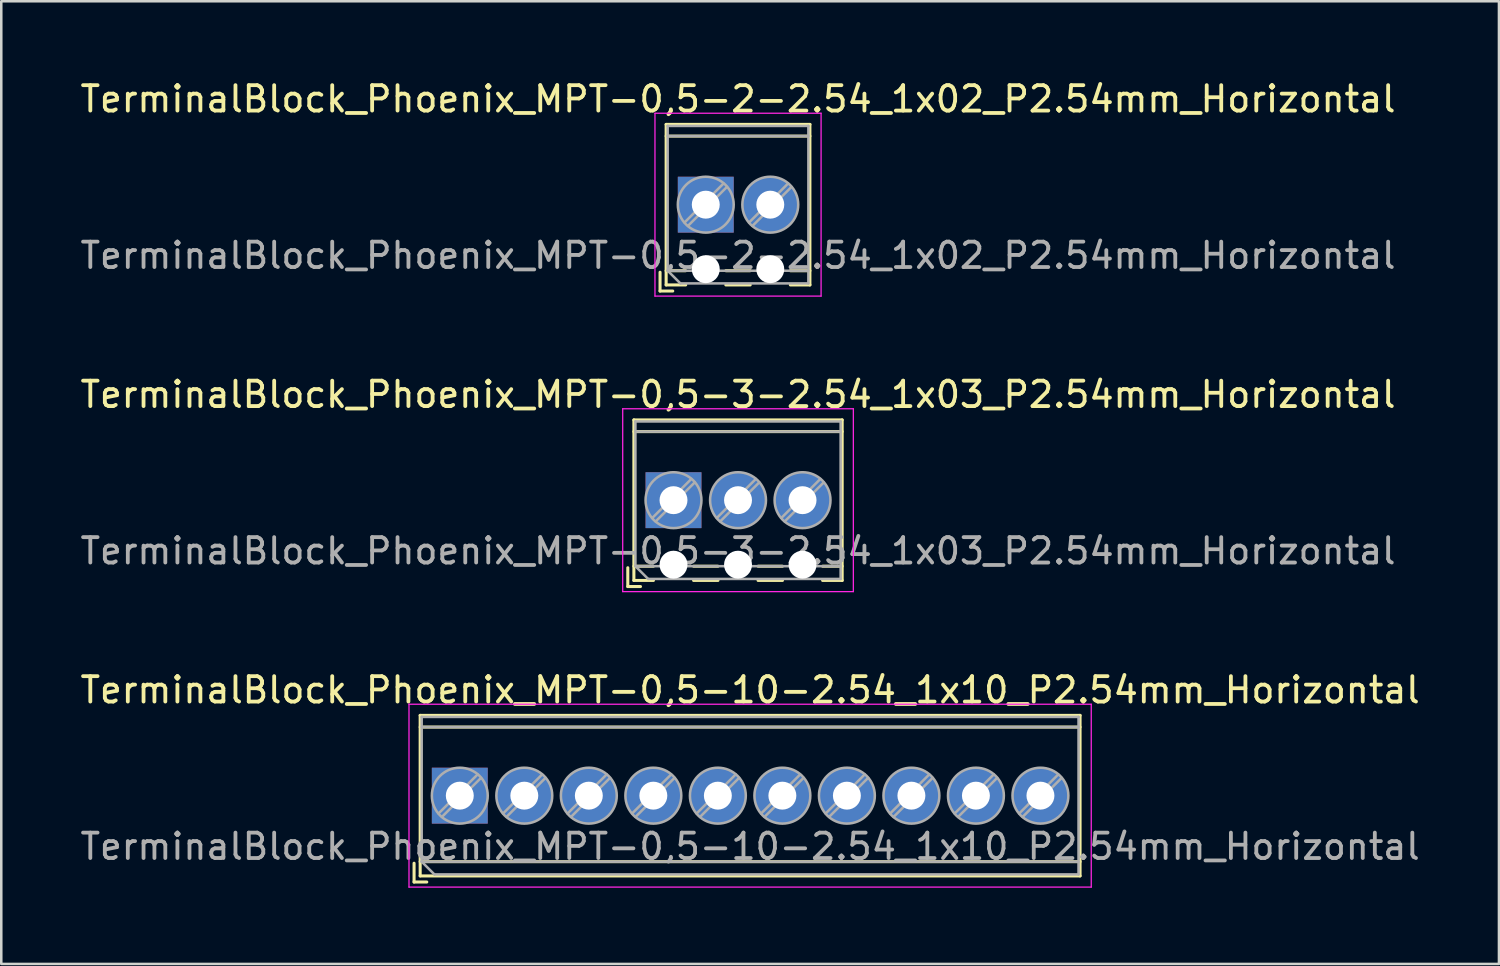
<source format=kicad_pcb>
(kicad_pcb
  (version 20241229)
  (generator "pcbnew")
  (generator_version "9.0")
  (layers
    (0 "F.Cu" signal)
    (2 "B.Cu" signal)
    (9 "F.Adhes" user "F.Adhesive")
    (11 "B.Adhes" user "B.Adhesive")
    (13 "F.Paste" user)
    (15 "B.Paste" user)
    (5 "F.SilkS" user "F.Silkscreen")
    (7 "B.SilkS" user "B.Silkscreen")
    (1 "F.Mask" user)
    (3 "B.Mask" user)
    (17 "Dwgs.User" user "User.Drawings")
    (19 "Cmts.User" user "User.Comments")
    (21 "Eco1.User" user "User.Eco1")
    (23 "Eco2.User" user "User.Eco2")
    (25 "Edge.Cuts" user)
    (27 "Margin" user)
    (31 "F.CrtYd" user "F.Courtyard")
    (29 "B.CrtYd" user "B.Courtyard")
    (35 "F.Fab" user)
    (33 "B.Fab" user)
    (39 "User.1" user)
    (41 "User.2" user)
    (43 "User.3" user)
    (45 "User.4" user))
  (footprint "TerminalBlock_Phoenix_MPT-0,5-2-2.54_1x02_P2.54mm_Horizontal"
    (layer "F.Cu")
    (at 24.736 5.008)
    (property "Reference" "TerminalBlock_Phoenix_MPT-0,5-2-2.54_1x02_P2.54mm_Horizontal" (at 1.27 -4.16 0) (layer "F.SilkS") (effects (font (size 1 1) (thickness 0.15))))
    (attr through_hole)
    (fp_line (start -1.8 2.66) (end -1.8 3.4) (stroke (width 0.12) (type solid)) (layer "F.SilkS"))
    (fp_line (start -1.8 3.4) (end -1.3 3.4) (stroke (width 0.12) (type solid)) (layer "F.SilkS"))
    (fp_line (start -1.56 -3.16) (end -1.56 3.16) (stroke (width 0.12) (type solid)) (layer "F.SilkS"))
    (fp_line (start -1.56 -3.16) (end 4.1 -3.16) (stroke (width 0.12) (type solid)) (layer "F.SilkS"))
    (fp_line (start -1.56 -2.7) (end 4.1 -2.7) (stroke (width 0.12) (type solid)) (layer "F.SilkS"))
    (fp_line (start -1.56 2.6) (end -0.79 2.6) (stroke (width 0.12) (type solid)) (layer "F.SilkS"))
    (fp_line (start -1.56 3.16) (end -0.79 3.16) (stroke (width 0.12) (type solid)) (layer "F.SilkS"))
    (fp_line (start 0.79 2.6) (end 1.75 2.6) (stroke (width 0.12) (type solid)) (layer "F.SilkS"))
    (fp_line (start 0.79 3.16) (end 1.75 3.16) (stroke (width 0.12) (type solid)) (layer "F.SilkS"))
    (fp_line (start 3.33 2.6) (end 4.1 2.6) (stroke (width 0.12) (type solid)) (layer "F.SilkS"))
    (fp_line (start 3.33 3.16) (end 4.1 3.16) (stroke (width 0.12) (type solid)) (layer "F.SilkS"))
    (fp_line (start 4.1 -3.16) (end 4.1 3.16) (stroke (width 0.12) (type solid)) (layer "F.SilkS"))
    (fp_line (start -2 -3.6) (end -2 3.6) (stroke (width 0.05) (type solid)) (layer "F.CrtYd"))
    (fp_line (start -2 3.6) (end 4.54 3.6) (stroke (width 0.05) (type solid)) (layer "F.CrtYd"))
    (fp_line (start 4.54 -3.6) (end -2 -3.6) (stroke (width 0.05) (type solid)) (layer "F.CrtYd"))
    (fp_line (start 4.54 3.6) (end 4.54 -3.6) (stroke (width 0.05) (type solid)) (layer "F.CrtYd"))
    (fp_line (start -1.5 -3.1) (end 4.04 -3.1) (stroke (width 0.1) (type solid)) (layer "F.Fab"))
    (fp_line (start -1.5 -2.7) (end 4.04 -2.7) (stroke (width 0.1) (type solid)) (layer "F.Fab"))
    (fp_line (start -1.5 2.6) (end -1.5 -3.1) (stroke (width 0.1) (type solid)) (layer "F.Fab"))
    (fp_line (start -1.5 2.6) (end 4.04 2.6) (stroke (width 0.1) (type solid)) (layer "F.Fab"))
    (fp_line (start -1 3.1) (end -1.5 2.6) (stroke (width 0.1) (type solid)) (layer "F.Fab"))
    (fp_line (start 0.701 -0.835) (end -0.835 0.7) (stroke (width 0.1) (type solid)) (layer "F.Fab"))
    (fp_line (start 0.835 -0.7) (end -0.701 0.835) (stroke (width 0.1) (type solid)) (layer "F.Fab"))
    (fp_line (start 3.241 -0.835) (end 1.706 0.7) (stroke (width 0.1) (type solid)) (layer "F.Fab"))
    (fp_line (start 3.375 -0.7) (end 1.84 0.835) (stroke (width 0.1) (type solid)) (layer "F.Fab"))
    (fp_line (start 4.04 -3.1) (end 4.04 3.1) (stroke (width 0.1) (type solid)) (layer "F.Fab"))
    (fp_line (start 4.04 3.1) (end -1 3.1) (stroke (width 0.1) (type solid)) (layer "F.Fab"))
    (fp_circle (center 0 0) (end 1.1 0) (stroke (width 0.1) (type solid)) (fill no) (layer "F.Fab"))
    (fp_circle (center 2.54 0) (end 3.64 0) (stroke (width 0.1) (type solid)) (fill no) (layer "F.Fab"))
    (fp_text user "${REFERENCE}" (at 1.27 2 0) (layer "F.Fab") (effects (font (size 1 1) (thickness 0.15))))
    (pad "" np_thru_hole circle (at 0 2.54) (size 1.1 1.1) (drill 1.1) (layers "*.Cu" "*.Mask"))
    (pad "" np_thru_hole circle (at 2.54 2.54) (size 1.1 1.1) (drill 1.1) (layers "*.Cu" "*.Mask"))
    (pad "1" thru_hole rect (at 0 0) (size 2.2 2.2) (drill 1.1) (layers "*.Cu" "*.Mask"))
    (pad "2" thru_hole circle (at 2.54 0) (size 2.2 2.2) (drill 1.1) (layers "*.Cu" "*.Mask")))
  (footprint "TerminalBlock_Phoenix_MPT-0,5-10-2.54_1x10_P2.54mm_Horizontal"
    (layer "F.Cu")
    (at 15.052 28.275)
    (property "Reference" "TerminalBlock_Phoenix_MPT-0,5-10-2.54_1x10_P2.54mm_Horizontal" (at 11.43 -4.16 0) (layer "F.SilkS") (effects (font (size 1 1) (thickness 0.15))))
    (attr through_hole)
    (fp_line (start -1.8 2.66) (end -1.8 3.4) (stroke (width 0.12) (type solid)) (layer "F.SilkS"))
    (fp_line (start -1.8 3.4) (end -1.3 3.4) (stroke (width 0.12) (type solid)) (layer "F.SilkS"))
    (fp_line (start -1.56 -3.16) (end -1.56 3.16) (stroke (width 0.12) (type solid)) (layer "F.SilkS"))
    (fp_line (start -1.56 -3.16) (end 24.42 -3.16) (stroke (width 0.12) (type solid)) (layer "F.SilkS"))
    (fp_line (start -1.56 -2.7) (end 24.42 -2.7) (stroke (width 0.12) (type solid)) (layer "F.SilkS"))
    (fp_line (start -1.56 2.6) (end 24.42 2.6) (stroke (width 0.12) (type solid)) (layer "F.SilkS"))
    (fp_line (start -1.56 3.16) (end 24.42 3.16) (stroke (width 0.12) (type solid)) (layer "F.SilkS"))
    (fp_line (start 24.42 -3.16) (end 24.42 3.16) (stroke (width 0.12) (type solid)) (layer "F.SilkS"))
    (fp_line (start -2 -3.6) (end -2 3.6) (stroke (width 0.05) (type solid)) (layer "F.CrtYd"))
    (fp_line (start -2 3.6) (end 24.86 3.6) (stroke (width 0.05) (type solid)) (layer "F.CrtYd"))
    (fp_line (start 24.86 -3.6) (end -2 -3.6) (stroke (width 0.05) (type solid)) (layer "F.CrtYd"))
    (fp_line (start 24.86 3.6) (end 24.86 -3.6) (stroke (width 0.05) (type solid)) (layer "F.CrtYd"))
    (fp_line (start -1.5 -3.1) (end 24.36 -3.1) (stroke (width 0.1) (type solid)) (layer "F.Fab"))
    (fp_line (start -1.5 -2.7) (end 24.36 -2.7) (stroke (width 0.1) (type solid)) (layer "F.Fab"))
    (fp_line (start -1.5 2.6) (end -1.5 -3.1) (stroke (width 0.1) (type solid)) (layer "F.Fab"))
    (fp_line (start -1.5 2.6) (end 24.36 2.6) (stroke (width 0.1) (type solid)) (layer "F.Fab"))
    (fp_line (start -1 3.1) (end -1.5 2.6) (stroke (width 0.1) (type solid)) (layer "F.Fab"))
    (fp_line (start 0.701 -0.835) (end -0.835 0.7) (stroke (width 0.1) (type solid)) (layer "F.Fab"))
    (fp_line (start 0.835 -0.7) (end -0.701 0.835) (stroke (width 0.1) (type solid)) (layer "F.Fab"))
    (fp_line (start 3.241 -0.835) (end 1.706 0.7) (stroke (width 0.1) (type solid)) (layer "F.Fab"))
    (fp_line (start 3.375 -0.7) (end 1.84 0.835) (stroke (width 0.1) (type solid)) (layer "F.Fab"))
    (fp_line (start 5.781 -0.835) (end 4.246 0.7) (stroke (width 0.1) (type solid)) (layer "F.Fab"))
    (fp_line (start 5.915 -0.7) (end 4.38 0.835) (stroke (width 0.1) (type solid)) (layer "F.Fab"))
    (fp_line (start 8.321 -0.835) (end 6.786 0.7) (stroke (width 0.1) (type solid)) (layer "F.Fab"))
    (fp_line (start 8.455 -0.7) (end 6.92 0.835) (stroke (width 0.1) (type solid)) (layer "F.Fab"))
    (fp_line (start 10.861 -0.835) (end 9.326 0.7) (stroke (width 0.1) (type solid)) (layer "F.Fab"))
    (fp_line (start 10.995 -0.7) (end 9.46 0.835) (stroke (width 0.1) (type solid)) (layer "F.Fab"))
    (fp_line (start 13.401 -0.835) (end 11.866 0.7) (stroke (width 0.1) (type solid)) (layer "F.Fab"))
    (fp_line (start 13.535 -0.7) (end 12 0.835) (stroke (width 0.1) (type solid)) (layer "F.Fab"))
    (fp_line (start 15.941 -0.835) (end 14.406 0.7) (stroke (width 0.1) (type solid)) (layer "F.Fab"))
    (fp_line (start 16.075 -0.7) (end 14.54 0.835) (stroke (width 0.1) (type solid)) (layer "F.Fab"))
    (fp_line (start 18.481 -0.835) (end 16.946 0.7) (stroke (width 0.1) (type solid)) (layer "F.Fab"))
    (fp_line (start 18.615 -0.7) (end 17.08 0.835) (stroke (width 0.1) (type solid)) (layer "F.Fab"))
    (fp_line (start 21.021 -0.835) (end 19.486 0.7) (stroke (width 0.1) (type solid)) (layer "F.Fab"))
    (fp_line (start 21.155 -0.7) (end 19.62 0.835) (stroke (width 0.1) (type solid)) (layer "F.Fab"))
    (fp_line (start 23.561 -0.835) (end 22.026 0.7) (stroke (width 0.1) (type solid)) (layer "F.Fab"))
    (fp_line (start 23.695 -0.7) (end 22.16 0.835) (stroke (width 0.1) (type solid)) (layer "F.Fab"))
    (fp_line (start 24.36 -3.1) (end 24.36 3.1) (stroke (width 0.1) (type solid)) (layer "F.Fab"))
    (fp_line (start 24.36 3.1) (end -1 3.1) (stroke (width 0.1) (type solid)) (layer "F.Fab"))
    (fp_circle (center 0 0) (end 1.1 0) (stroke (width 0.1) (type solid)) (fill no) (layer "F.Fab"))
    (fp_circle (center 2.54 0) (end 3.64 0) (stroke (width 0.1) (type solid)) (fill no) (layer "F.Fab"))
    (fp_circle (center 5.08 0) (end 6.18 0) (stroke (width 0.1) (type solid)) (fill no) (layer "F.Fab"))
    (fp_circle (center 7.62 0) (end 8.72 0) (stroke (width 0.1) (type solid)) (fill no) (layer "F.Fab"))
    (fp_circle (center 10.16 0) (end 11.26 0) (stroke (width 0.1) (type solid)) (fill no) (layer "F.Fab"))
    (fp_circle (center 12.7 0) (end 13.8 0) (stroke (width 0.1) (type solid)) (fill no) (layer "F.Fab"))
    (fp_circle (center 15.24 0) (end 16.34 0) (stroke (width 0.1) (type solid)) (fill no) (layer "F.Fab"))
    (fp_circle (center 17.78 0) (end 18.88 0) (stroke (width 0.1) (type solid)) (fill no) (layer "F.Fab"))
    (fp_circle (center 20.32 0) (end 21.42 0) (stroke (width 0.1) (type solid)) (fill no) (layer "F.Fab"))
    (fp_circle (center 22.86 0) (end 23.96 0) (stroke (width 0.1) (type solid)) (fill no) (layer "F.Fab"))
    (fp_text user "${REFERENCE}" (at 11.43 2 0) (layer "F.Fab") (effects (font (size 1 1) (thickness 0.15))))
    (pad "1" thru_hole rect (at 0 0) (size 2.2 2.2) (drill 1.1) (layers "*.Cu" "*.Mask"))
    (pad "2" thru_hole circle (at 2.54 0) (size 2.2 2.2) (drill 1.1) (layers "*.Cu" "*.Mask"))
    (pad "3" thru_hole circle (at 5.08 0) (size 2.2 2.2) (drill 1.1) (layers "*.Cu" "*.Mask"))
    (pad "4" thru_hole circle (at 7.62 0) (size 2.2 2.2) (drill 1.1) (layers "*.Cu" "*.Mask"))
    (pad "5" thru_hole circle (at 10.16 0) (size 2.2 2.2) (drill 1.1) (layers "*.Cu" "*.Mask"))
    (pad "6" thru_hole circle (at 12.7 0) (size 2.2 2.2) (drill 1.1) (layers "*.Cu" "*.Mask"))
    (pad "7" thru_hole circle (at 15.24 0) (size 2.2 2.2) (drill 1.1) (layers "*.Cu" "*.Mask"))
    (pad "8" thru_hole circle (at 17.78 0) (size 2.2 2.2) (drill 1.1) (layers "*.Cu" "*.Mask"))
    (pad "9" thru_hole circle (at 20.32 0) (size 2.2 2.2) (drill 1.1) (layers "*.Cu" "*.Mask"))
    (pad "10" thru_hole circle (at 22.86 0) (size 2.2 2.2) (drill 1.1) (layers "*.Cu" "*.Mask")))
  (footprint "TerminalBlock_Phoenix_MPT-0,5-3-2.54_1x03_P2.54mm_Horizontal"
    (layer "F.Cu")
    (at 23.466 16.642)
    (property "Reference" "TerminalBlock_Phoenix_MPT-0,5-3-2.54_1x03_P2.54mm_Horizontal" (at 2.54 -4.16 0) (layer "F.SilkS") (effects (font (size 1 1) (thickness 0.15))))
    (attr through_hole)
    (fp_line (start -1.8 2.66) (end -1.8 3.4) (stroke (width 0.12) (type solid)) (layer "F.SilkS"))
    (fp_line (start -1.8 3.4) (end -1.3 3.4) (stroke (width 0.12) (type solid)) (layer "F.SilkS"))
    (fp_line (start -1.56 -3.16) (end -1.56 3.16) (stroke (width 0.12) (type solid)) (layer "F.SilkS"))
    (fp_line (start -1.56 -3.16) (end 6.64 -3.16) (stroke (width 0.12) (type solid)) (layer "F.SilkS"))
    (fp_line (start -1.56 -2.7) (end 6.64 -2.7) (stroke (width 0.12) (type solid)) (layer "F.SilkS"))
    (fp_line (start -1.56 2.6) (end -0.79 2.6) (stroke (width 0.12) (type solid)) (layer "F.SilkS"))
    (fp_line (start -1.56 3.16) (end -0.79 3.16) (stroke (width 0.12) (type solid)) (layer "F.SilkS"))
    (fp_line (start 0.79 2.6) (end 1.75 2.6) (stroke (width 0.12) (type solid)) (layer "F.SilkS"))
    (fp_line (start 0.79 3.16) (end 1.75 3.16) (stroke (width 0.12) (type solid)) (layer "F.SilkS"))
    (fp_line (start 3.33 2.6) (end 4.29 2.6) (stroke (width 0.12) (type solid)) (layer "F.SilkS"))
    (fp_line (start 3.33 3.16) (end 4.29 3.16) (stroke (width 0.12) (type solid)) (layer "F.SilkS"))
    (fp_line (start 5.87 2.6) (end 6.64 2.6) (stroke (width 0.12) (type solid)) (layer "F.SilkS"))
    (fp_line (start 5.87 3.16) (end 6.64 3.16) (stroke (width 0.12) (type solid)) (layer "F.SilkS"))
    (fp_line (start 6.64 -3.16) (end 6.64 3.16) (stroke (width 0.12) (type solid)) (layer "F.SilkS"))
    (fp_line (start -2 -3.6) (end -2 3.6) (stroke (width 0.05) (type solid)) (layer "F.CrtYd"))
    (fp_line (start -2 3.6) (end 7.08 3.6) (stroke (width 0.05) (type solid)) (layer "F.CrtYd"))
    (fp_line (start 7.08 -3.6) (end -2 -3.6) (stroke (width 0.05) (type solid)) (layer "F.CrtYd"))
    (fp_line (start 7.08 3.6) (end 7.08 -3.6) (stroke (width 0.05) (type solid)) (layer "F.CrtYd"))
    (fp_line (start -1.5 -3.1) (end 6.58 -3.1) (stroke (width 0.1) (type solid)) (layer "F.Fab"))
    (fp_line (start -1.5 -2.7) (end 6.58 -2.7) (stroke (width 0.1) (type solid)) (layer "F.Fab"))
    (fp_line (start -1.5 2.6) (end -1.5 -3.1) (stroke (width 0.1) (type solid)) (layer "F.Fab"))
    (fp_line (start -1.5 2.6) (end 6.58 2.6) (stroke (width 0.1) (type solid)) (layer "F.Fab"))
    (fp_line (start -1 3.1) (end -1.5 2.6) (stroke (width 0.1) (type solid)) (layer "F.Fab"))
    (fp_line (start 0.701 -0.835) (end -0.835 0.7) (stroke (width 0.1) (type solid)) (layer "F.Fab"))
    (fp_line (start 0.835 -0.7) (end -0.701 0.835) (stroke (width 0.1) (type solid)) (layer "F.Fab"))
    (fp_line (start 3.241 -0.835) (end 1.706 0.7) (stroke (width 0.1) (type solid)) (layer "F.Fab"))
    (fp_line (start 3.375 -0.7) (end 1.84 0.835) (stroke (width 0.1) (type solid)) (layer "F.Fab"))
    (fp_line (start 5.781 -0.835) (end 4.246 0.7) (stroke (width 0.1) (type solid)) (layer "F.Fab"))
    (fp_line (start 5.915 -0.7) (end 4.38 0.835) (stroke (width 0.1) (type solid)) (layer "F.Fab"))
    (fp_line (start 6.58 -3.1) (end 6.58 3.1) (stroke (width 0.1) (type solid)) (layer "F.Fab"))
    (fp_line (start 6.58 3.1) (end -1 3.1) (stroke (width 0.1) (type solid)) (layer "F.Fab"))
    (fp_circle (center 0 0) (end 1.1 0) (stroke (width 0.1) (type solid)) (fill no) (layer "F.Fab"))
    (fp_circle (center 2.54 0) (end 3.64 0) (stroke (width 0.1) (type solid)) (fill no) (layer "F.Fab"))
    (fp_circle (center 5.08 0) (end 6.18 0) (stroke (width 0.1) (type solid)) (fill no) (layer "F.Fab"))
    (fp_text user "${REFERENCE}" (at 2.54 2 0) (layer "F.Fab") (effects (font (size 1 1) (thickness 0.15))))
    (pad "" np_thru_hole circle (at 0 2.54) (size 1.1 1.1) (drill 1.1) (layers "*.Cu" "*.Mask"))
    (pad "" np_thru_hole circle (at 2.54 2.54) (size 1.1 1.1) (drill 1.1) (layers "*.Cu" "*.Mask"))
    (pad "" np_thru_hole circle (at 5.08 2.54) (size 1.1 1.1) (drill 1.1) (layers "*.Cu" "*.Mask"))
    (pad "1" thru_hole rect (at 0 0) (size 2.2 2.2) (drill 1.1) (layers "*.Cu" "*.Mask"))
    (pad "2" thru_hole circle (at 2.54 0) (size 2.2 2.2) (drill 1.1) (layers "*.Cu" "*.Mask"))
    (pad "3" thru_hole circle (at 5.08 0) (size 2.2 2.2) (drill 1.1) (layers "*.Cu" "*.Mask")))
  (gr_rect
    (start -3 -3)
    (end 55.964 34.9)
    (stroke (width 0.1) (type default))
    (fill no)
    (layer "Edge.Cuts")))
</source>
